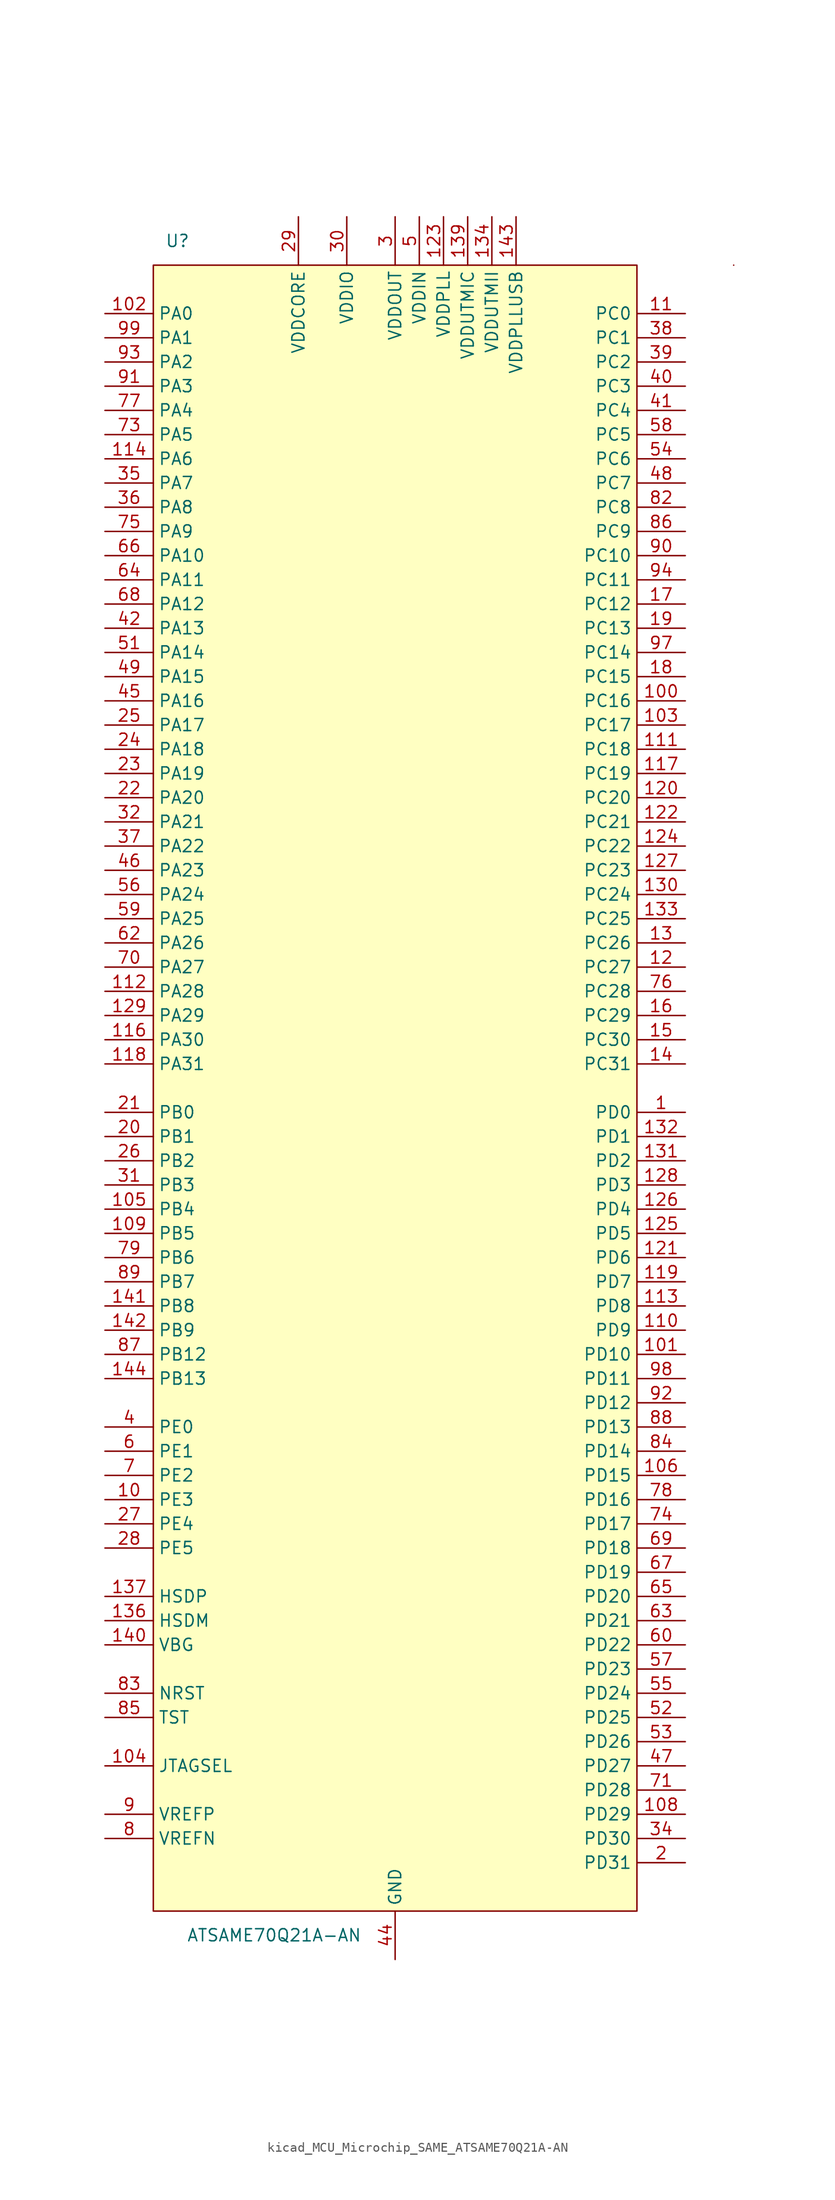
<source format=kicad_sym>
(kicad_symbol_lib
  (version 20220914)
  (generator kicad_symbol_editor)
  (symbol "kicad_MCU_Microchip_SAME_ATSAME70Q21A-AN"
    (property "Reference" "U"
      (at -22.86 88.9 0)
      (effects (font (size 1.27 1.27))))
    (property "Value" "ATSAME70Q21A-AN"
      (at -12.7 -88.9 0)
      (effects (font (size 1.27 1.27))))
    (symbol "kicad_MCU_Microchip_SAME_ATSAME70Q21A-AN_0_1"
      (rectangle (start 25.4 86.36) (end -25.4 -86.36) (stroke (width 0) (type default)) (fill (type background)))
      (rectangle (start 35.56 86.36) (end 35.56 86.36) (stroke (width 0) (type default)) (fill (type none))))
    (symbol "kicad_MCU_Microchip_SAME_ATSAME70Q21A-AN_1_1"
      (pin bidirectional line (at 30.48 -2.54 180) (length 5.08) (name "PD0" (effects (font (size 1.27 1.27)))) (number "1" (effects (font (size 1.27 1.27)))))
      (pin bidirectional line (at -30.48 -43.18 0) (length 5.08) (name "PE3" (effects (font (size 1.27 1.27)))) (number "10" (effects (font (size 1.27 1.27)))))
      (pin bidirectional line (at 30.48 40.64 180) (length 5.08) (name "PC16" (effects (font (size 1.27 1.27)))) (number "100" (effects (font (size 1.27 1.27)))))
      (pin bidirectional line (at 30.48 -27.94 180) (length 5.08) (name "PD10" (effects (font (size 1.27 1.27)))) (number "101" (effects (font (size 1.27 1.27)))))
      (pin bidirectional line (at -30.48 81.28 0) (length 5.08) (name "PA0" (effects (font (size 1.27 1.27)))) (number "102" (effects (font (size 1.27 1.27)))))
      (pin bidirectional line (at 30.48 38.1 180) (length 5.08) (name "PC17" (effects (font (size 1.27 1.27)))) (number "103" (effects (font (size 1.27 1.27)))))
      (pin input line (at -30.48 -71.12 0) (length 5.08) (name "JTAGSEL" (effects (font (size 1.27 1.27)))) (number "104" (effects (font (size 1.27 1.27)))))
      (pin bidirectional line (at -30.48 -12.7 0) (length 5.08) (name "PB4" (effects (font (size 1.27 1.27)))) (number "105" (effects (font (size 1.27 1.27)))))
      (pin bidirectional line (at 30.48 -40.64 180) (length 5.08) (name "PD15" (effects (font (size 1.27 1.27)))) (number "106" (effects (font (size 1.27 1.27)))))
      (pin passive line (at -10.16 91.44 270) (length 5.08) hide (name "VDDCORE" (effects (font (size 1.27 1.27)))) (number "107" (effects (font (size 1.27 1.27)))))
      (pin bidirectional line (at 30.48 -76.2 180) (length 5.08) (name "PD29" (effects (font (size 1.27 1.27)))) (number "108" (effects (font (size 1.27 1.27)))))
      (pin bidirectional line (at -30.48 -15.24 0) (length 5.08) (name "PB5" (effects (font (size 1.27 1.27)))) (number "109" (effects (font (size 1.27 1.27)))))
      (pin bidirectional line (at 30.48 81.28 180) (length 5.08) (name "PC0" (effects (font (size 1.27 1.27)))) (number "11" (effects (font (size 1.27 1.27)))))
      (pin bidirectional line (at 30.48 -25.4 180) (length 5.08) (name "PD9" (effects (font (size 1.27 1.27)))) (number "110" (effects (font (size 1.27 1.27)))))
      (pin bidirectional line (at 30.48 35.56 180) (length 5.08) (name "PC18" (effects (font (size 1.27 1.27)))) (number "111" (effects (font (size 1.27 1.27)))))
      (pin bidirectional line (at -30.48 10.16 0) (length 5.08) (name "PA28" (effects (font (size 1.27 1.27)))) (number "112" (effects (font (size 1.27 1.27)))))
      (pin bidirectional line (at 30.48 -22.86 180) (length 5.08) (name "PD8" (effects (font (size 1.27 1.27)))) (number "113" (effects (font (size 1.27 1.27)))))
      (pin bidirectional line (at -30.48 66.04 0) (length 5.08) (name "PA6" (effects (font (size 1.27 1.27)))) (number "114" (effects (font (size 1.27 1.27)))))
      (pin passive line (at 0 -91.44 90) (length 5.08) hide (name "GND" (effects (font (size 1.27 1.27)))) (number "115" (effects (font (size 1.27 1.27)))))
      (pin bidirectional line (at -30.48 5.08 0) (length 5.08) (name "PA30" (effects (font (size 1.27 1.27)))) (number "116" (effects (font (size 1.27 1.27)))))
      (pin bidirectional line (at 30.48 33.02 180) (length 5.08) (name "PC19" (effects (font (size 1.27 1.27)))) (number "117" (effects (font (size 1.27 1.27)))))
      (pin bidirectional line (at -30.48 2.54 0) (length 5.08) (name "PA31" (effects (font (size 1.27 1.27)))) (number "118" (effects (font (size 1.27 1.27)))))
      (pin bidirectional line (at 30.48 -20.32 180) (length 5.08) (name "PD7" (effects (font (size 1.27 1.27)))) (number "119" (effects (font (size 1.27 1.27)))))
      (pin bidirectional line (at 30.48 12.7 180) (length 5.08) (name "PC27" (effects (font (size 1.27 1.27)))) (number "12" (effects (font (size 1.27 1.27)))))
      (pin bidirectional line (at 30.48 30.48 180) (length 5.08) (name "PC20" (effects (font (size 1.27 1.27)))) (number "120" (effects (font (size 1.27 1.27)))))
      (pin bidirectional line (at 30.48 -17.78 180) (length 5.08) (name "PD6" (effects (font (size 1.27 1.27)))) (number "121" (effects (font (size 1.27 1.27)))))
      (pin bidirectional line (at 30.48 27.94 180) (length 5.08) (name "PC21" (effects (font (size 1.27 1.27)))) (number "122" (effects (font (size 1.27 1.27)))))
      (pin power_in line (at 5.08 91.44 270) (length 5.08) (name "VDDPLL" (effects (font (size 1.27 1.27)))) (number "123" (effects (font (size 1.27 1.27)))))
      (pin bidirectional line (at 30.48 25.4 180) (length 5.08) (name "PC22" (effects (font (size 1.27 1.27)))) (number "124" (effects (font (size 1.27 1.27)))))
      (pin bidirectional line (at 30.48 -15.24 180) (length 5.08) (name "PD5" (effects (font (size 1.27 1.27)))) (number "125" (effects (font (size 1.27 1.27)))))
      (pin bidirectional line (at 30.48 -12.7 180) (length 5.08) (name "PD4" (effects (font (size 1.27 1.27)))) (number "126" (effects (font (size 1.27 1.27)))))
      (pin bidirectional line (at 30.48 22.86 180) (length 5.08) (name "PC23" (effects (font (size 1.27 1.27)))) (number "127" (effects (font (size 1.27 1.27)))))
      (pin bidirectional line (at 30.48 -10.16 180) (length 5.08) (name "PD3" (effects (font (size 1.27 1.27)))) (number "128" (effects (font (size 1.27 1.27)))))
      (pin bidirectional line (at -30.48 7.62 0) (length 5.08) (name "PA29" (effects (font (size 1.27 1.27)))) (number "129" (effects (font (size 1.27 1.27)))))
      (pin bidirectional line (at 30.48 15.24 180) (length 5.08) (name "PC26" (effects (font (size 1.27 1.27)))) (number "13" (effects (font (size 1.27 1.27)))))
      (pin bidirectional line (at 30.48 20.32 180) (length 5.08) (name "PC24" (effects (font (size 1.27 1.27)))) (number "130" (effects (font (size 1.27 1.27)))))
      (pin bidirectional line (at 30.48 -7.62 180) (length 5.08) (name "PD2" (effects (font (size 1.27 1.27)))) (number "131" (effects (font (size 1.27 1.27)))))
      (pin bidirectional line (at 30.48 -5.08 180) (length 5.08) (name "PD1" (effects (font (size 1.27 1.27)))) (number "132" (effects (font (size 1.27 1.27)))))
      (pin bidirectional line (at 30.48 17.78 180) (length 5.08) (name "PC25" (effects (font (size 1.27 1.27)))) (number "133" (effects (font (size 1.27 1.27)))))
      (pin power_in line (at 10.16 91.44 270) (length 5.08) (name "VDDUTMII" (effects (font (size 1.27 1.27)))) (number "134" (effects (font (size 1.27 1.27)))))
      (pin passive line (at 0 -91.44 90) (length 5.08) hide (name "GND" (effects (font (size 1.27 1.27)))) (number "135" (effects (font (size 1.27 1.27)))))
      (pin bidirectional line (at -30.48 -55.88 0) (length 5.08) (name "HSDM" (effects (font (size 1.27 1.27)))) (number "136" (effects (font (size 1.27 1.27)))))
      (pin bidirectional line (at -30.48 -53.34 0) (length 5.08) (name "HSDP" (effects (font (size 1.27 1.27)))) (number "137" (effects (font (size 1.27 1.27)))))
      (pin passive line (at 0 -91.44 90) (length 5.08) hide (name "GND" (effects (font (size 1.27 1.27)))) (number "138" (effects (font (size 1.27 1.27)))))
      (pin power_in line (at 7.62 91.44 270) (length 5.08) (name "VDDUTMIC" (effects (font (size 1.27 1.27)))) (number "139" (effects (font (size 1.27 1.27)))))
      (pin bidirectional line (at 30.48 2.54 180) (length 5.08) (name "PC31" (effects (font (size 1.27 1.27)))) (number "14" (effects (font (size 1.27 1.27)))))
      (pin input line (at -30.48 -58.42 0) (length 5.08) (name "VBG" (effects (font (size 1.27 1.27)))) (number "140" (effects (font (size 1.27 1.27)))))
      (pin bidirectional line (at -30.48 -22.86 0) (length 5.08) (name "PB8" (effects (font (size 1.27 1.27)))) (number "141" (effects (font (size 1.27 1.27)))))
      (pin bidirectional line (at -30.48 -25.4 0) (length 5.08) (name "PB9" (effects (font (size 1.27 1.27)))) (number "142" (effects (font (size 1.27 1.27)))))
      (pin power_in line (at 12.7 91.44 270) (length 5.08) (name "VDDPLLUSB" (effects (font (size 1.27 1.27)))) (number "143" (effects (font (size 1.27 1.27)))))
      (pin bidirectional line (at -30.48 -30.48 0) (length 5.08) (name "PB13" (effects (font (size 1.27 1.27)))) (number "144" (effects (font (size 1.27 1.27)))))
      (pin bidirectional line (at 30.48 5.08 180) (length 5.08) (name "PC30" (effects (font (size 1.27 1.27)))) (number "15" (effects (font (size 1.27 1.27)))))
      (pin bidirectional line (at 30.48 7.62 180) (length 5.08) (name "PC29" (effects (font (size 1.27 1.27)))) (number "16" (effects (font (size 1.27 1.27)))))
      (pin bidirectional line (at 30.48 50.8 180) (length 5.08) (name "PC12" (effects (font (size 1.27 1.27)))) (number "17" (effects (font (size 1.27 1.27)))))
      (pin bidirectional line (at 30.48 43.18 180) (length 5.08) (name "PC15" (effects (font (size 1.27 1.27)))) (number "18" (effects (font (size 1.27 1.27)))))
      (pin bidirectional line (at 30.48 48.26 180) (length 5.08) (name "PC13" (effects (font (size 1.27 1.27)))) (number "19" (effects (font (size 1.27 1.27)))))
      (pin bidirectional line (at 30.48 -81.28 180) (length 5.08) (name "PD31" (effects (font (size 1.27 1.27)))) (number "2" (effects (font (size 1.27 1.27)))))
      (pin bidirectional line (at -30.48 -5.08 0) (length 5.08) (name "PB1" (effects (font (size 1.27 1.27)))) (number "20" (effects (font (size 1.27 1.27)))))
      (pin bidirectional line (at -30.48 -2.54 0) (length 5.08) (name "PB0" (effects (font (size 1.27 1.27)))) (number "21" (effects (font (size 1.27 1.27)))))
      (pin bidirectional line (at -30.48 30.48 0) (length 5.08) (name "PA20" (effects (font (size 1.27 1.27)))) (number "22" (effects (font (size 1.27 1.27)))))
      (pin bidirectional line (at -30.48 33.02 0) (length 5.08) (name "PA19" (effects (font (size 1.27 1.27)))) (number "23" (effects (font (size 1.27 1.27)))))
      (pin bidirectional line (at -30.48 35.56 0) (length 5.08) (name "PA18" (effects (font (size 1.27 1.27)))) (number "24" (effects (font (size 1.27 1.27)))))
      (pin bidirectional line (at -30.48 38.1 0) (length 5.08) (name "PA17" (effects (font (size 1.27 1.27)))) (number "25" (effects (font (size 1.27 1.27)))))
      (pin bidirectional line (at -30.48 -7.62 0) (length 5.08) (name "PB2" (effects (font (size 1.27 1.27)))) (number "26" (effects (font (size 1.27 1.27)))))
      (pin bidirectional line (at -30.48 -45.72 0) (length 5.08) (name "PE4" (effects (font (size 1.27 1.27)))) (number "27" (effects (font (size 1.27 1.27)))))
      (pin bidirectional line (at -30.48 -48.26 0) (length 5.08) (name "PE5" (effects (font (size 1.27 1.27)))) (number "28" (effects (font (size 1.27 1.27)))))
      (pin power_in line (at -10.16 91.44 270) (length 5.08) (name "VDDCORE" (effects (font (size 1.27 1.27)))) (number "29" (effects (font (size 1.27 1.27)))))
      (pin power_in line (at 0 91.44 270) (length 5.08) (name "VDDOUT" (effects (font (size 1.27 1.27)))) (number "3" (effects (font (size 1.27 1.27)))))
      (pin power_in line (at -5.08 91.44 270) (length 5.08) (name "VDDIO" (effects (font (size 1.27 1.27)))) (number "30" (effects (font (size 1.27 1.27)))))
      (pin bidirectional line (at -30.48 -10.16 0) (length 5.08) (name "PB3" (effects (font (size 1.27 1.27)))) (number "31" (effects (font (size 1.27 1.27)))))
      (pin bidirectional line (at -30.48 27.94 0) (length 5.08) (name "PA21" (effects (font (size 1.27 1.27)))) (number "32" (effects (font (size 1.27 1.27)))))
      (pin passive line (at -10.16 91.44 270) (length 5.08) hide (name "VDDCORE" (effects (font (size 1.27 1.27)))) (number "33" (effects (font (size 1.27 1.27)))))
      (pin bidirectional line (at 30.48 -78.74 180) (length 5.08) (name "PD30" (effects (font (size 1.27 1.27)))) (number "34" (effects (font (size 1.27 1.27)))))
      (pin bidirectional line (at -30.48 63.5 0) (length 5.08) (name "PA7" (effects (font (size 1.27 1.27)))) (number "35" (effects (font (size 1.27 1.27)))))
      (pin bidirectional line (at -30.48 60.96 0) (length 5.08) (name "PA8" (effects (font (size 1.27 1.27)))) (number "36" (effects (font (size 1.27 1.27)))))
      (pin bidirectional line (at -30.48 25.4 0) (length 5.08) (name "PA22" (effects (font (size 1.27 1.27)))) (number "37" (effects (font (size 1.27 1.27)))))
      (pin bidirectional line (at 30.48 78.74 180) (length 5.08) (name "PC1" (effects (font (size 1.27 1.27)))) (number "38" (effects (font (size 1.27 1.27)))))
      (pin bidirectional line (at 30.48 76.2 180) (length 5.08) (name "PC2" (effects (font (size 1.27 1.27)))) (number "39" (effects (font (size 1.27 1.27)))))
      (pin bidirectional line (at -30.48 -35.56 0) (length 5.08) (name "PE0" (effects (font (size 1.27 1.27)))) (number "4" (effects (font (size 1.27 1.27)))))
      (pin bidirectional line (at 30.48 73.66 180) (length 5.08) (name "PC3" (effects (font (size 1.27 1.27)))) (number "40" (effects (font (size 1.27 1.27)))))
      (pin bidirectional line (at 30.48 71.12 180) (length 5.08) (name "PC4" (effects (font (size 1.27 1.27)))) (number "41" (effects (font (size 1.27 1.27)))))
      (pin bidirectional line (at -30.48 48.26 0) (length 5.08) (name "PA13" (effects (font (size 1.27 1.27)))) (number "42" (effects (font (size 1.27 1.27)))))
      (pin passive line (at -5.08 91.44 270) (length 5.08) hide (name "VDDIO" (effects (font (size 1.27 1.27)))) (number "43" (effects (font (size 1.27 1.27)))))
      (pin power_in line (at 0 -91.44 90) (length 5.08) (name "GND" (effects (font (size 1.27 1.27)))) (number "44" (effects (font (size 1.27 1.27)))))
      (pin bidirectional line (at -30.48 40.64 0) (length 5.08) (name "PA16" (effects (font (size 1.27 1.27)))) (number "45" (effects (font (size 1.27 1.27)))))
      (pin bidirectional line (at -30.48 22.86 0) (length 5.08) (name "PA23" (effects (font (size 1.27 1.27)))) (number "46" (effects (font (size 1.27 1.27)))))
      (pin bidirectional line (at 30.48 -71.12 180) (length 5.08) (name "PD27" (effects (font (size 1.27 1.27)))) (number "47" (effects (font (size 1.27 1.27)))))
      (pin bidirectional line (at 30.48 63.5 180) (length 5.08) (name "PC7" (effects (font (size 1.27 1.27)))) (number "48" (effects (font (size 1.27 1.27)))))
      (pin bidirectional line (at -30.48 43.18 0) (length 5.08) (name "PA15" (effects (font (size 1.27 1.27)))) (number "49" (effects (font (size 1.27 1.27)))))
      (pin power_in line (at 2.54 91.44 270) (length 5.08) (name "VDDIN" (effects (font (size 1.27 1.27)))) (number "5" (effects (font (size 1.27 1.27)))))
      (pin passive line (at -10.16 91.44 270) (length 5.08) hide (name "VDDCORE" (effects (font (size 1.27 1.27)))) (number "50" (effects (font (size 1.27 1.27)))))
      (pin bidirectional line (at -30.48 45.72 0) (length 5.08) (name "PA14" (effects (font (size 1.27 1.27)))) (number "51" (effects (font (size 1.27 1.27)))))
      (pin bidirectional line (at 30.48 -66.04 180) (length 5.08) (name "PD25" (effects (font (size 1.27 1.27)))) (number "52" (effects (font (size 1.27 1.27)))))
      (pin bidirectional line (at 30.48 -68.58 180) (length 5.08) (name "PD26" (effects (font (size 1.27 1.27)))) (number "53" (effects (font (size 1.27 1.27)))))
      (pin bidirectional line (at 30.48 66.04 180) (length 5.08) (name "PC6" (effects (font (size 1.27 1.27)))) (number "54" (effects (font (size 1.27 1.27)))))
      (pin bidirectional line (at 30.48 -63.5 180) (length 5.08) (name "PD24" (effects (font (size 1.27 1.27)))) (number "55" (effects (font (size 1.27 1.27)))))
      (pin bidirectional line (at -30.48 20.32 0) (length 5.08) (name "PA24" (effects (font (size 1.27 1.27)))) (number "56" (effects (font (size 1.27 1.27)))))
      (pin bidirectional line (at 30.48 -60.96 180) (length 5.08) (name "PD23" (effects (font (size 1.27 1.27)))) (number "57" (effects (font (size 1.27 1.27)))))
      (pin bidirectional line (at 30.48 68.58 180) (length 5.08) (name "PC5" (effects (font (size 1.27 1.27)))) (number "58" (effects (font (size 1.27 1.27)))))
      (pin bidirectional line (at -30.48 17.78 0) (length 5.08) (name "PA25" (effects (font (size 1.27 1.27)))) (number "59" (effects (font (size 1.27 1.27)))))
      (pin bidirectional line (at -30.48 -38.1 0) (length 5.08) (name "PE1" (effects (font (size 1.27 1.27)))) (number "6" (effects (font (size 1.27 1.27)))))
      (pin bidirectional line (at 30.48 -58.42 180) (length 5.08) (name "PD22" (effects (font (size 1.27 1.27)))) (number "60" (effects (font (size 1.27 1.27)))))
      (pin passive line (at 0 -91.44 90) (length 5.08) hide (name "GND" (effects (font (size 1.27 1.27)))) (number "61" (effects (font (size 1.27 1.27)))))
      (pin bidirectional line (at -30.48 15.24 0) (length 5.08) (name "PA26" (effects (font (size 1.27 1.27)))) (number "62" (effects (font (size 1.27 1.27)))))
      (pin bidirectional line (at 30.48 -55.88 180) (length 5.08) (name "PD21" (effects (font (size 1.27 1.27)))) (number "63" (effects (font (size 1.27 1.27)))))
      (pin bidirectional line (at -30.48 53.34 0) (length 5.08) (name "PA11" (effects (font (size 1.27 1.27)))) (number "64" (effects (font (size 1.27 1.27)))))
      (pin bidirectional line (at 30.48 -53.34 180) (length 5.08) (name "PD20" (effects (font (size 1.27 1.27)))) (number "65" (effects (font (size 1.27 1.27)))))
      (pin bidirectional line (at -30.48 55.88 0) (length 5.08) (name "PA10" (effects (font (size 1.27 1.27)))) (number "66" (effects (font (size 1.27 1.27)))))
      (pin bidirectional line (at 30.48 -50.8 180) (length 5.08) (name "PD19" (effects (font (size 1.27 1.27)))) (number "67" (effects (font (size 1.27 1.27)))))
      (pin bidirectional line (at -30.48 50.8 0) (length 5.08) (name "PA12" (effects (font (size 1.27 1.27)))) (number "68" (effects (font (size 1.27 1.27)))))
      (pin bidirectional line (at 30.48 -48.26 180) (length 5.08) (name "PD18" (effects (font (size 1.27 1.27)))) (number "69" (effects (font (size 1.27 1.27)))))
      (pin bidirectional line (at -30.48 -40.64 0) (length 5.08) (name "PE2" (effects (font (size 1.27 1.27)))) (number "7" (effects (font (size 1.27 1.27)))))
      (pin bidirectional line (at -30.48 12.7 0) (length 5.08) (name "PA27" (effects (font (size 1.27 1.27)))) (number "70" (effects (font (size 1.27 1.27)))))
      (pin bidirectional line (at 30.48 -73.66 180) (length 5.08) (name "PD28" (effects (font (size 1.27 1.27)))) (number "71" (effects (font (size 1.27 1.27)))))
      (pin passive line (at -5.08 91.44 270) (length 5.08) hide (name "VDDIO" (effects (font (size 1.27 1.27)))) (number "72" (effects (font (size 1.27 1.27)))))
      (pin bidirectional line (at -30.48 68.58 0) (length 5.08) (name "PA5" (effects (font (size 1.27 1.27)))) (number "73" (effects (font (size 1.27 1.27)))))
      (pin bidirectional line (at 30.48 -45.72 180) (length 5.08) (name "PD17" (effects (font (size 1.27 1.27)))) (number "74" (effects (font (size 1.27 1.27)))))
      (pin bidirectional line (at -30.48 58.42 0) (length 5.08) (name "PA9" (effects (font (size 1.27 1.27)))) (number "75" (effects (font (size 1.27 1.27)))))
      (pin bidirectional line (at 30.48 10.16 180) (length 5.08) (name "PC28" (effects (font (size 1.27 1.27)))) (number "76" (effects (font (size 1.27 1.27)))))
      (pin bidirectional line (at -30.48 71.12 0) (length 5.08) (name "PA4" (effects (font (size 1.27 1.27)))) (number "77" (effects (font (size 1.27 1.27)))))
      (pin bidirectional line (at 30.48 -43.18 180) (length 5.08) (name "PD16" (effects (font (size 1.27 1.27)))) (number "78" (effects (font (size 1.27 1.27)))))
      (pin bidirectional line (at -30.48 -17.78 0) (length 5.08) (name "PB6" (effects (font (size 1.27 1.27)))) (number "79" (effects (font (size 1.27 1.27)))))
      (pin bidirectional line (at -30.48 -78.74 0) (length 5.08) (name "VREFN" (effects (font (size 1.27 1.27)))) (number "8" (effects (font (size 1.27 1.27)))))
      (pin passive line (at -5.08 91.44 270) (length 5.08) hide (name "VDDIO" (effects (font (size 1.27 1.27)))) (number "80" (effects (font (size 1.27 1.27)))))
      (pin passive line (at -10.16 91.44 270) (length 5.08) hide (name "VDDCORE" (effects (font (size 1.27 1.27)))) (number "81" (effects (font (size 1.27 1.27)))))
      (pin bidirectional line (at 30.48 60.96 180) (length 5.08) (name "PC8" (effects (font (size 1.27 1.27)))) (number "82" (effects (font (size 1.27 1.27)))))
      (pin bidirectional line (at -30.48 -63.5 0) (length 5.08) (name "NRST" (effects (font (size 1.27 1.27)))) (number "83" (effects (font (size 1.27 1.27)))))
      (pin bidirectional line (at 30.48 -38.1 180) (length 5.08) (name "PD14" (effects (font (size 1.27 1.27)))) (number "84" (effects (font (size 1.27 1.27)))))
      (pin input line (at -30.48 -66.04 0) (length 5.08) (name "TST" (effects (font (size 1.27 1.27)))) (number "85" (effects (font (size 1.27 1.27)))))
      (pin bidirectional line (at 30.48 58.42 180) (length 5.08) (name "PC9" (effects (font (size 1.27 1.27)))) (number "86" (effects (font (size 1.27 1.27)))))
      (pin bidirectional line (at -30.48 -27.94 0) (length 5.08) (name "PB12" (effects (font (size 1.27 1.27)))) (number "87" (effects (font (size 1.27 1.27)))))
      (pin bidirectional line (at 30.48 -35.56 180) (length 5.08) (name "PD13" (effects (font (size 1.27 1.27)))) (number "88" (effects (font (size 1.27 1.27)))))
      (pin bidirectional line (at -30.48 -20.32 0) (length 5.08) (name "PB7" (effects (font (size 1.27 1.27)))) (number "89" (effects (font (size 1.27 1.27)))))
      (pin input line (at -30.48 -76.2 0) (length 5.08) (name "VREFP" (effects (font (size 1.27 1.27)))) (number "9" (effects (font (size 1.27 1.27)))))
      (pin bidirectional line (at 30.48 55.88 180) (length 5.08) (name "PC10" (effects (font (size 1.27 1.27)))) (number "90" (effects (font (size 1.27 1.27)))))
      (pin bidirectional line (at -30.48 73.66 0) (length 5.08) (name "PA3" (effects (font (size 1.27 1.27)))) (number "91" (effects (font (size 1.27 1.27)))))
      (pin bidirectional line (at 30.48 -33.02 180) (length 5.08) (name "PD12" (effects (font (size 1.27 1.27)))) (number "92" (effects (font (size 1.27 1.27)))))
      (pin bidirectional line (at -30.48 76.2 0) (length 5.08) (name "PA2" (effects (font (size 1.27 1.27)))) (number "93" (effects (font (size 1.27 1.27)))))
      (pin bidirectional line (at 30.48 53.34 180) (length 5.08) (name "PC11" (effects (font (size 1.27 1.27)))) (number "94" (effects (font (size 1.27 1.27)))))
      (pin passive line (at 0 -91.44 90) (length 5.08) hide (name "GND" (effects (font (size 1.27 1.27)))) (number "95" (effects (font (size 1.27 1.27)))))
      (pin passive line (at -5.08 91.44 270) (length 5.08) hide (name "VDDIO" (effects (font (size 1.27 1.27)))) (number "96" (effects (font (size 1.27 1.27)))))
      (pin bidirectional line (at 30.48 45.72 180) (length 5.08) (name "PC14" (effects (font (size 1.27 1.27)))) (number "97" (effects (font (size 1.27 1.27)))))
      (pin bidirectional line (at 30.48 -30.48 180) (length 5.08) (name "PD11" (effects (font (size 1.27 1.27)))) (number "98" (effects (font (size 1.27 1.27)))))
      (pin bidirectional line (at -30.48 78.74 0) (length 5.08) (name "PA1" (effects (font (size 1.27 1.27)))) (number "99" (effects (font (size 1.27 1.27))))))))
</source>
